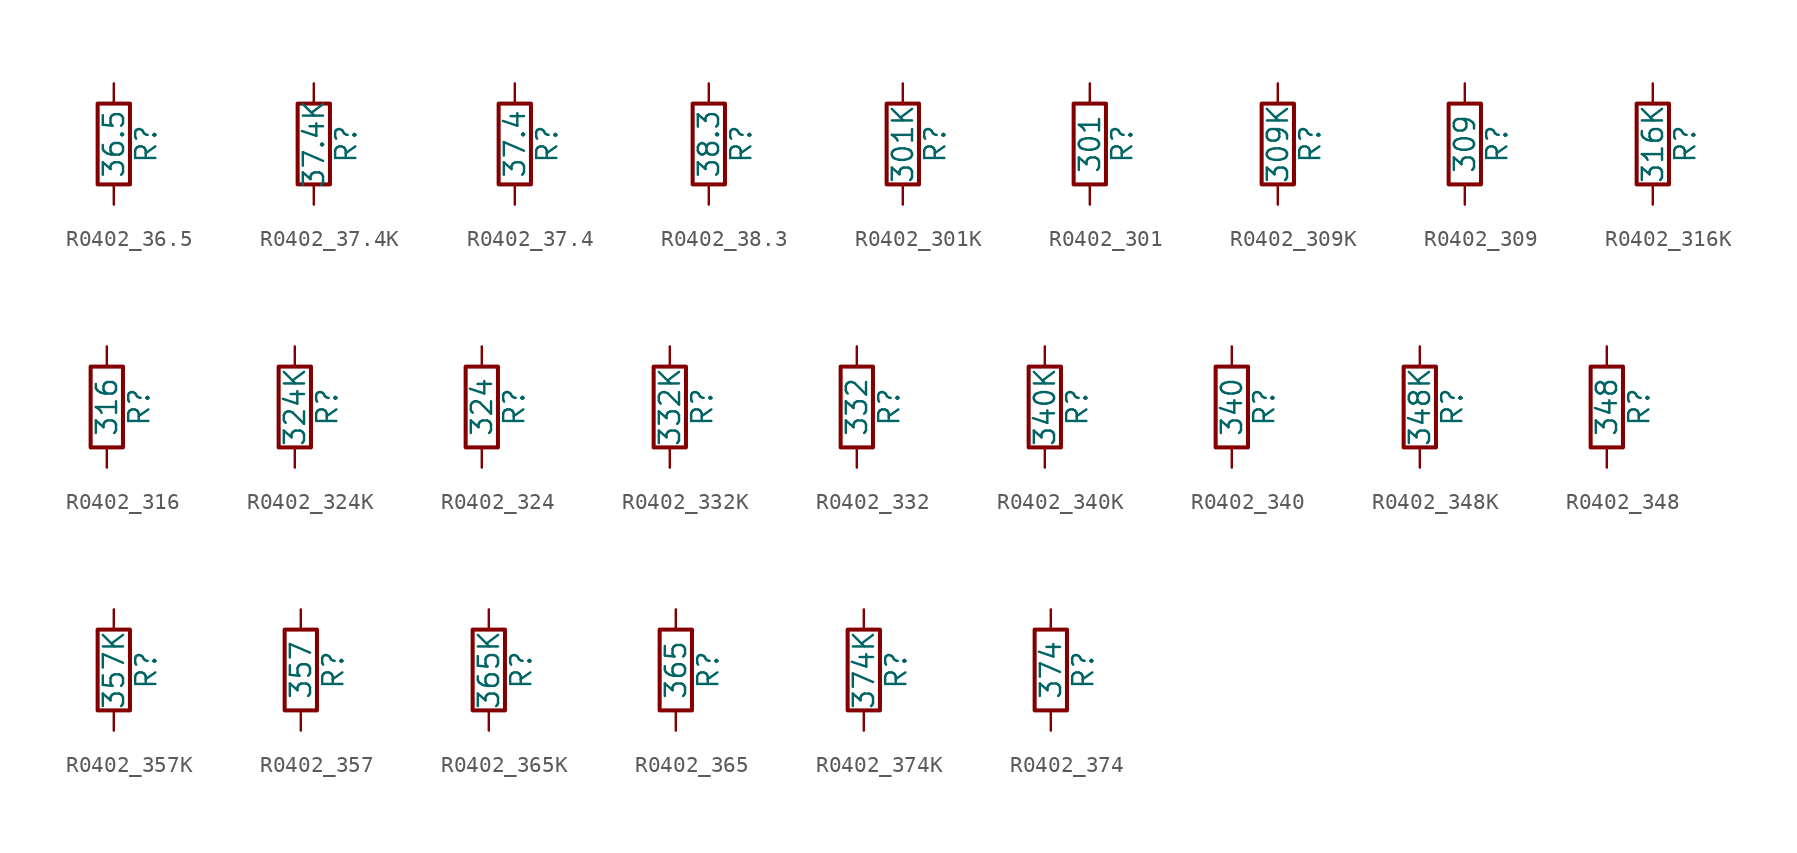
<source format=kicad_sym>
(kicad_symbol_lib
  (version 20211014)
  (generator atlantix-eda)
  (symbol "R0402_36.5"
    (pin_numbers hide)
    (pin_names
      (offset 0))
    (property "Reference" "R"
      (at 2.032 0 90)
      (effects (font (size 1.27 1.27))))
    (property "Value" "36.5"
      (at 0 0 90)
      (effects (font (size 1.27 1.27))))
    (symbol "R0402_36.5_0_1"
      (rectangle (start -1.016 -2.54) (end 1.016 2.54) (stroke (width 0.254) (type default) (color 0 0 0 0)) (fill (type none))))
    (symbol "R0402_36.5_1_1"
      (pin passive line (at 0 3.81 270) (length 1.27) (name "~" (effects (font (size 1.27 1.27)))) (number "1" (effects (font (size 1.27 1.27)))))
      (pin passive line (at 0 -3.81 90) (length 1.27) (name "~" (effects (font (size 1.27 1.27)))) (number "2" (effects (font (size 1.27 1.27)))))))
  (symbol "R0402_37.4K"
    (pin_numbers hide)
    (pin_names
      (offset 0))
    (property "Reference" "R"
      (at 2.032 0 90)
      (effects (font (size 1.27 1.27))))
    (property "Value" "37.4K"
      (at 0 0 90)
      (effects (font (size 1.27 1.27))))
    (symbol "R0402_37.4K_0_1"
      (rectangle (start -1.016 -2.54) (end 1.016 2.54) (stroke (width 0.254) (type default) (color 0 0 0 0)) (fill (type none))))
    (symbol "R0402_37.4K_1_1"
      (pin passive line (at 0 3.81 270) (length 1.27) (name "~" (effects (font (size 1.27 1.27)))) (number "1" (effects (font (size 1.27 1.27)))))
      (pin passive line (at 0 -3.81 90) (length 1.27) (name "~" (effects (font (size 1.27 1.27)))) (number "2" (effects (font (size 1.27 1.27)))))))
  (symbol "R0402_37.4"
    (pin_numbers hide)
    (pin_names
      (offset 0))
    (property "Reference" "R"
      (at 2.032 0 90)
      (effects (font (size 1.27 1.27))))
    (property "Value" "37.4"
      (at 0 0 90)
      (effects (font (size 1.27 1.27))))
    (symbol "R0402_37.4_0_1"
      (rectangle (start -1.016 -2.54) (end 1.016 2.54) (stroke (width 0.254) (type default) (color 0 0 0 0)) (fill (type none))))
    (symbol "R0402_37.4_1_1"
      (pin passive line (at 0 3.81 270) (length 1.27) (name "~" (effects (font (size 1.27 1.27)))) (number "1" (effects (font (size 1.27 1.27)))))
      (pin passive line (at 0 -3.81 90) (length 1.27) (name "~" (effects (font (size 1.27 1.27)))) (number "2" (effects (font (size 1.27 1.27)))))))
  (symbol "R0402_38.3"
    (pin_numbers hide)
    (pin_names
      (offset 0))
    (property "Reference" "R"
      (at 2.032 0 90)
      (effects (font (size 1.27 1.27))))
    (property "Value" "38.3"
      (at 0 0 90)
      (effects (font (size 1.27 1.27))))
    (symbol "R0402_38.3_0_1"
      (rectangle (start -1.016 -2.54) (end 1.016 2.54) (stroke (width 0.254) (type default) (color 0 0 0 0)) (fill (type none))))
    (symbol "R0402_38.3_1_1"
      (pin passive line (at 0 3.81 270) (length 1.27) (name "~" (effects (font (size 1.27 1.27)))) (number "1" (effects (font (size 1.27 1.27)))))
      (pin passive line (at 0 -3.81 90) (length 1.27) (name "~" (effects (font (size 1.27 1.27)))) (number "2" (effects (font (size 1.27 1.27)))))))
  (symbol "R0402_301K"
    (pin_numbers hide)
    (pin_names
      (offset 0))
    (property "Reference" "R"
      (at 2.032 0 90)
      (effects (font (size 1.27 1.27))))
    (property "Value" "301K"
      (at 0 0 90)
      (effects (font (size 1.27 1.27))))
    (symbol "R0402_301K_0_1"
      (rectangle (start -1.016 -2.54) (end 1.016 2.54) (stroke (width 0.254) (type default) (color 0 0 0 0)) (fill (type none))))
    (symbol "R0402_301K_1_1"
      (pin passive line (at 0 3.81 270) (length 1.27) (name "~" (effects (font (size 1.27 1.27)))) (number "1" (effects (font (size 1.27 1.27)))))
      (pin passive line (at 0 -3.81 90) (length 1.27) (name "~" (effects (font (size 1.27 1.27)))) (number "2" (effects (font (size 1.27 1.27)))))))
  (symbol "R0402_301"
    (pin_numbers hide)
    (pin_names
      (offset 0))
    (property "Reference" "R"
      (at 2.032 0 90)
      (effects (font (size 1.27 1.27))))
    (property "Value" "301"
      (at 0 0 90)
      (effects (font (size 1.27 1.27))))
    (symbol "R0402_301_0_1"
      (rectangle (start -1.016 -2.54) (end 1.016 2.54) (stroke (width 0.254) (type default) (color 0 0 0 0)) (fill (type none))))
    (symbol "R0402_301_1_1"
      (pin passive line (at 0 3.81 270) (length 1.27) (name "~" (effects (font (size 1.27 1.27)))) (number "1" (effects (font (size 1.27 1.27)))))
      (pin passive line (at 0 -3.81 90) (length 1.27) (name "~" (effects (font (size 1.27 1.27)))) (number "2" (effects (font (size 1.27 1.27)))))))
  (symbol "R0402_309K"
    (pin_numbers hide)
    (pin_names
      (offset 0))
    (property "Reference" "R"
      (at 2.032 0 90)
      (effects (font (size 1.27 1.27))))
    (property "Value" "309K"
      (at 0 0 90)
      (effects (font (size 1.27 1.27))))
    (symbol "R0402_309K_0_1"
      (rectangle (start -1.016 -2.54) (end 1.016 2.54) (stroke (width 0.254) (type default) (color 0 0 0 0)) (fill (type none))))
    (symbol "R0402_309K_1_1"
      (pin passive line (at 0 3.81 270) (length 1.27) (name "~" (effects (font (size 1.27 1.27)))) (number "1" (effects (font (size 1.27 1.27)))))
      (pin passive line (at 0 -3.81 90) (length 1.27) (name "~" (effects (font (size 1.27 1.27)))) (number "2" (effects (font (size 1.27 1.27)))))))
  (symbol "R0402_309"
    (pin_numbers hide)
    (pin_names
      (offset 0))
    (property "Reference" "R"
      (at 2.032 0 90)
      (effects (font (size 1.27 1.27))))
    (property "Value" "309"
      (at 0 0 90)
      (effects (font (size 1.27 1.27))))
    (symbol "R0402_309_0_1"
      (rectangle (start -1.016 -2.54) (end 1.016 2.54) (stroke (width 0.254) (type default) (color 0 0 0 0)) (fill (type none))))
    (symbol "R0402_309_1_1"
      (pin passive line (at 0 3.81 270) (length 1.27) (name "~" (effects (font (size 1.27 1.27)))) (number "1" (effects (font (size 1.27 1.27)))))
      (pin passive line (at 0 -3.81 90) (length 1.27) (name "~" (effects (font (size 1.27 1.27)))) (number "2" (effects (font (size 1.27 1.27)))))))
  (symbol "R0402_316K"
    (pin_numbers hide)
    (pin_names
      (offset 0))
    (property "Reference" "R"
      (at 2.032 0 90)
      (effects (font (size 1.27 1.27))))
    (property "Value" "316K"
      (at 0 0 90)
      (effects (font (size 1.27 1.27))))
    (symbol "R0402_316K_0_1"
      (rectangle (start -1.016 -2.54) (end 1.016 2.54) (stroke (width 0.254) (type default) (color 0 0 0 0)) (fill (type none))))
    (symbol "R0402_316K_1_1"
      (pin passive line (at 0 3.81 270) (length 1.27) (name "~" (effects (font (size 1.27 1.27)))) (number "1" (effects (font (size 1.27 1.27)))))
      (pin passive line (at 0 -3.81 90) (length 1.27) (name "~" (effects (font (size 1.27 1.27)))) (number "2" (effects (font (size 1.27 1.27)))))))
  (symbol "R0402_316"
    (pin_numbers hide)
    (pin_names
      (offset 0))
    (property "Reference" "R"
      (at 2.032 0 90)
      (effects (font (size 1.27 1.27))))
    (property "Value" "316"
      (at 0 0 90)
      (effects (font (size 1.27 1.27))))
    (symbol "R0402_316_0_1"
      (rectangle (start -1.016 -2.54) (end 1.016 2.54) (stroke (width 0.254) (type default) (color 0 0 0 0)) (fill (type none))))
    (symbol "R0402_316_1_1"
      (pin passive line (at 0 3.81 270) (length 1.27) (name "~" (effects (font (size 1.27 1.27)))) (number "1" (effects (font (size 1.27 1.27)))))
      (pin passive line (at 0 -3.81 90) (length 1.27) (name "~" (effects (font (size 1.27 1.27)))) (number "2" (effects (font (size 1.27 1.27)))))))
  (symbol "R0402_324K"
    (pin_numbers hide)
    (pin_names
      (offset 0))
    (property "Reference" "R"
      (at 2.032 0 90)
      (effects (font (size 1.27 1.27))))
    (property "Value" "324K"
      (at 0 0 90)
      (effects (font (size 1.27 1.27))))
    (symbol "R0402_324K_0_1"
      (rectangle (start -1.016 -2.54) (end 1.016 2.54) (stroke (width 0.254) (type default) (color 0 0 0 0)) (fill (type none))))
    (symbol "R0402_324K_1_1"
      (pin passive line (at 0 3.81 270) (length 1.27) (name "~" (effects (font (size 1.27 1.27)))) (number "1" (effects (font (size 1.27 1.27)))))
      (pin passive line (at 0 -3.81 90) (length 1.27) (name "~" (effects (font (size 1.27 1.27)))) (number "2" (effects (font (size 1.27 1.27)))))))
  (symbol "R0402_324"
    (pin_numbers hide)
    (pin_names
      (offset 0))
    (property "Reference" "R"
      (at 2.032 0 90)
      (effects (font (size 1.27 1.27))))
    (property "Value" "324"
      (at 0 0 90)
      (effects (font (size 1.27 1.27))))
    (symbol "R0402_324_0_1"
      (rectangle (start -1.016 -2.54) (end 1.016 2.54) (stroke (width 0.254) (type default) (color 0 0 0 0)) (fill (type none))))
    (symbol "R0402_324_1_1"
      (pin passive line (at 0 3.81 270) (length 1.27) (name "~" (effects (font (size 1.27 1.27)))) (number "1" (effects (font (size 1.27 1.27)))))
      (pin passive line (at 0 -3.81 90) (length 1.27) (name "~" (effects (font (size 1.27 1.27)))) (number "2" (effects (font (size 1.27 1.27)))))))
  (symbol "R0402_332K"
    (pin_numbers hide)
    (pin_names
      (offset 0))
    (property "Reference" "R"
      (at 2.032 0 90)
      (effects (font (size 1.27 1.27))))
    (property "Value" "332K"
      (at 0 0 90)
      (effects (font (size 1.27 1.27))))
    (symbol "R0402_332K_0_1"
      (rectangle (start -1.016 -2.54) (end 1.016 2.54) (stroke (width 0.254) (type default) (color 0 0 0 0)) (fill (type none))))
    (symbol "R0402_332K_1_1"
      (pin passive line (at 0 3.81 270) (length 1.27) (name "~" (effects (font (size 1.27 1.27)))) (number "1" (effects (font (size 1.27 1.27)))))
      (pin passive line (at 0 -3.81 90) (length 1.27) (name "~" (effects (font (size 1.27 1.27)))) (number "2" (effects (font (size 1.27 1.27)))))))
  (symbol "R0402_332"
    (pin_numbers hide)
    (pin_names
      (offset 0))
    (property "Reference" "R"
      (at 2.032 0 90)
      (effects (font (size 1.27 1.27))))
    (property "Value" "332"
      (at 0 0 90)
      (effects (font (size 1.27 1.27))))
    (symbol "R0402_332_0_1"
      (rectangle (start -1.016 -2.54) (end 1.016 2.54) (stroke (width 0.254) (type default) (color 0 0 0 0)) (fill (type none))))
    (symbol "R0402_332_1_1"
      (pin passive line (at 0 3.81 270) (length 1.27) (name "~" (effects (font (size 1.27 1.27)))) (number "1" (effects (font (size 1.27 1.27)))))
      (pin passive line (at 0 -3.81 90) (length 1.27) (name "~" (effects (font (size 1.27 1.27)))) (number "2" (effects (font (size 1.27 1.27)))))))
  (symbol "R0402_340K"
    (pin_numbers hide)
    (pin_names
      (offset 0))
    (property "Reference" "R"
      (at 2.032 0 90)
      (effects (font (size 1.27 1.27))))
    (property "Value" "340K"
      (at 0 0 90)
      (effects (font (size 1.27 1.27))))
    (symbol "R0402_340K_0_1"
      (rectangle (start -1.016 -2.54) (end 1.016 2.54) (stroke (width 0.254) (type default) (color 0 0 0 0)) (fill (type none))))
    (symbol "R0402_340K_1_1"
      (pin passive line (at 0 3.81 270) (length 1.27) (name "~" (effects (font (size 1.27 1.27)))) (number "1" (effects (font (size 1.27 1.27)))))
      (pin passive line (at 0 -3.81 90) (length 1.27) (name "~" (effects (font (size 1.27 1.27)))) (number "2" (effects (font (size 1.27 1.27)))))))
  (symbol "R0402_340"
    (pin_numbers hide)
    (pin_names
      (offset 0))
    (property "Reference" "R"
      (at 2.032 0 90)
      (effects (font (size 1.27 1.27))))
    (property "Value" "340"
      (at 0 0 90)
      (effects (font (size 1.27 1.27))))
    (symbol "R0402_340_0_1"
      (rectangle (start -1.016 -2.54) (end 1.016 2.54) (stroke (width 0.254) (type default) (color 0 0 0 0)) (fill (type none))))
    (symbol "R0402_340_1_1"
      (pin passive line (at 0 3.81 270) (length 1.27) (name "~" (effects (font (size 1.27 1.27)))) (number "1" (effects (font (size 1.27 1.27)))))
      (pin passive line (at 0 -3.81 90) (length 1.27) (name "~" (effects (font (size 1.27 1.27)))) (number "2" (effects (font (size 1.27 1.27)))))))
  (symbol "R0402_348K"
    (pin_numbers hide)
    (pin_names
      (offset 0))
    (property "Reference" "R"
      (at 2.032 0 90)
      (effects (font (size 1.27 1.27))))
    (property "Value" "348K"
      (at 0 0 90)
      (effects (font (size 1.27 1.27))))
    (symbol "R0402_348K_0_1"
      (rectangle (start -1.016 -2.54) (end 1.016 2.54) (stroke (width 0.254) (type default) (color 0 0 0 0)) (fill (type none))))
    (symbol "R0402_348K_1_1"
      (pin passive line (at 0 3.81 270) (length 1.27) (name "~" (effects (font (size 1.27 1.27)))) (number "1" (effects (font (size 1.27 1.27)))))
      (pin passive line (at 0 -3.81 90) (length 1.27) (name "~" (effects (font (size 1.27 1.27)))) (number "2" (effects (font (size 1.27 1.27)))))))
  (symbol "R0402_348"
    (pin_numbers hide)
    (pin_names
      (offset 0))
    (property "Reference" "R"
      (at 2.032 0 90)
      (effects (font (size 1.27 1.27))))
    (property "Value" "348"
      (at 0 0 90)
      (effects (font (size 1.27 1.27))))
    (symbol "R0402_348_0_1"
      (rectangle (start -1.016 -2.54) (end 1.016 2.54) (stroke (width 0.254) (type default) (color 0 0 0 0)) (fill (type none))))
    (symbol "R0402_348_1_1"
      (pin passive line (at 0 3.81 270) (length 1.27) (name "~" (effects (font (size 1.27 1.27)))) (number "1" (effects (font (size 1.27 1.27)))))
      (pin passive line (at 0 -3.81 90) (length 1.27) (name "~" (effects (font (size 1.27 1.27)))) (number "2" (effects (font (size 1.27 1.27)))))))
  (symbol "R0402_357K"
    (pin_numbers hide)
    (pin_names
      (offset 0))
    (property "Reference" "R"
      (at 2.032 0 90)
      (effects (font (size 1.27 1.27))))
    (property "Value" "357K"
      (at 0 0 90)
      (effects (font (size 1.27 1.27))))
    (symbol "R0402_357K_0_1"
      (rectangle (start -1.016 -2.54) (end 1.016 2.54) (stroke (width 0.254) (type default) (color 0 0 0 0)) (fill (type none))))
    (symbol "R0402_357K_1_1"
      (pin passive line (at 0 3.81 270) (length 1.27) (name "~" (effects (font (size 1.27 1.27)))) (number "1" (effects (font (size 1.27 1.27)))))
      (pin passive line (at 0 -3.81 90) (length 1.27) (name "~" (effects (font (size 1.27 1.27)))) (number "2" (effects (font (size 1.27 1.27)))))))
  (symbol "R0402_357"
    (pin_numbers hide)
    (pin_names
      (offset 0))
    (property "Reference" "R"
      (at 2.032 0 90)
      (effects (font (size 1.27 1.27))))
    (property "Value" "357"
      (at 0 0 90)
      (effects (font (size 1.27 1.27))))
    (symbol "R0402_357_0_1"
      (rectangle (start -1.016 -2.54) (end 1.016 2.54) (stroke (width 0.254) (type default) (color 0 0 0 0)) (fill (type none))))
    (symbol "R0402_357_1_1"
      (pin passive line (at 0 3.81 270) (length 1.27) (name "~" (effects (font (size 1.27 1.27)))) (number "1" (effects (font (size 1.27 1.27)))))
      (pin passive line (at 0 -3.81 90) (length 1.27) (name "~" (effects (font (size 1.27 1.27)))) (number "2" (effects (font (size 1.27 1.27)))))))
  (symbol "R0402_365K"
    (pin_numbers hide)
    (pin_names
      (offset 0))
    (property "Reference" "R"
      (at 2.032 0 90)
      (effects (font (size 1.27 1.27))))
    (property "Value" "365K"
      (at 0 0 90)
      (effects (font (size 1.27 1.27))))
    (symbol "R0402_365K_0_1"
      (rectangle (start -1.016 -2.54) (end 1.016 2.54) (stroke (width 0.254) (type default) (color 0 0 0 0)) (fill (type none))))
    (symbol "R0402_365K_1_1"
      (pin passive line (at 0 3.81 270) (length 1.27) (name "~" (effects (font (size 1.27 1.27)))) (number "1" (effects (font (size 1.27 1.27)))))
      (pin passive line (at 0 -3.81 90) (length 1.27) (name "~" (effects (font (size 1.27 1.27)))) (number "2" (effects (font (size 1.27 1.27)))))))
  (symbol "R0402_365"
    (pin_numbers hide)
    (pin_names
      (offset 0))
    (property "Reference" "R"
      (at 2.032 0 90)
      (effects (font (size 1.27 1.27))))
    (property "Value" "365"
      (at 0 0 90)
      (effects (font (size 1.27 1.27))))
    (symbol "R0402_365_0_1"
      (rectangle (start -1.016 -2.54) (end 1.016 2.54) (stroke (width 0.254) (type default) (color 0 0 0 0)) (fill (type none))))
    (symbol "R0402_365_1_1"
      (pin passive line (at 0 3.81 270) (length 1.27) (name "~" (effects (font (size 1.27 1.27)))) (number "1" (effects (font (size 1.27 1.27)))))
      (pin passive line (at 0 -3.81 90) (length 1.27) (name "~" (effects (font (size 1.27 1.27)))) (number "2" (effects (font (size 1.27 1.27)))))))
  (symbol "R0402_374K"
    (pin_numbers hide)
    (pin_names
      (offset 0))
    (property "Reference" "R"
      (at 2.032 0 90)
      (effects (font (size 1.27 1.27))))
    (property "Value" "374K"
      (at 0 0 90)
      (effects (font (size 1.27 1.27))))
    (symbol "R0402_374K_0_1"
      (rectangle (start -1.016 -2.54) (end 1.016 2.54) (stroke (width 0.254) (type default) (color 0 0 0 0)) (fill (type none))))
    (symbol "R0402_374K_1_1"
      (pin passive line (at 0 3.81 270) (length 1.27) (name "~" (effects (font (size 1.27 1.27)))) (number "1" (effects (font (size 1.27 1.27)))))
      (pin passive line (at 0 -3.81 90) (length 1.27) (name "~" (effects (font (size 1.27 1.27)))) (number "2" (effects (font (size 1.27 1.27)))))))
  (symbol "R0402_374"
    (pin_numbers hide)
    (pin_names
      (offset 0))
    (property "Reference" "R"
      (at 2.032 0 90)
      (effects (font (size 1.27 1.27))))
    (property "Value" "374"
      (at 0 0 90)
      (effects (font (size 1.27 1.27))))
    (symbol "R0402_374_0_1"
      (rectangle (start -1.016 -2.54) (end 1.016 2.54) (stroke (width 0.254) (type default) (color 0 0 0 0)) (fill (type none))))
    (symbol "R0402_374_1_1"
      (pin passive line (at 0 3.81 270) (length 1.27) (name "~" (effects (font (size 1.27 1.27)))) (number "1" (effects (font (size 1.27 1.27)))))
      (pin passive line (at 0 -3.81 90) (length 1.27) (name "~" (effects (font (size 1.27 1.27)))) (number "2" (effects (font (size 1.27 1.27))))))))
</source>
